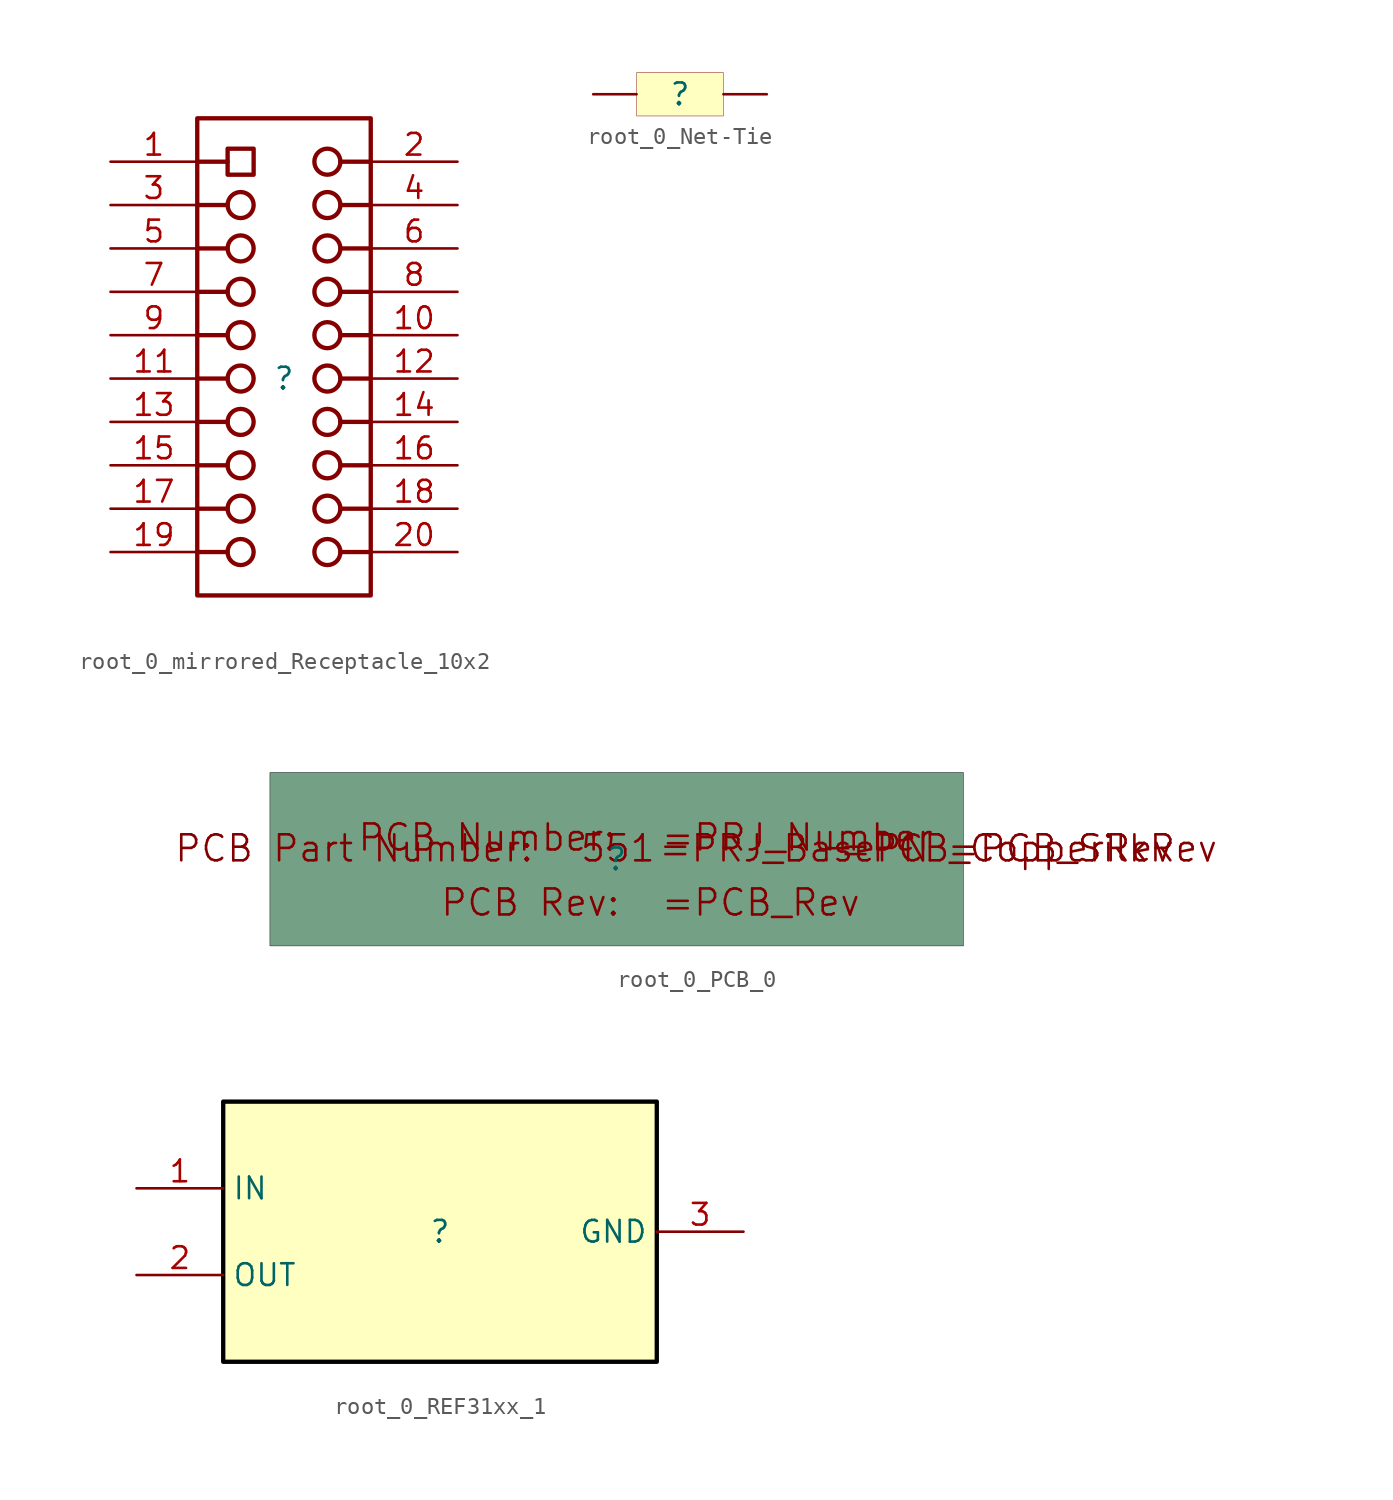
<source format=kicad_sym>
(kicad_symbol_lib
  (version 20231120)
  (generator "kicad_symbol_editor")
  (generator_version "8.0")
  (symbol "root_0_mirrored_Receptacle_10x2"
    (property "Reference" ""
      (at 0 0 0)
      (effects (font (size 1.27 1.27))))
    (property "Value" ""
      (at 0 0 0)
      (effects (font (size 1.27 1.27))))
    (symbol "root_0_mirrored_Receptacle_10x2_1_0"
      (circle (center -2.54 -10.16) (radius 0.762) (stroke (width 0.254) (type solid)) (fill (type color) (color 255 255 255 1)))
      (circle (center -2.54 -7.62) (radius 0.762) (stroke (width 0.254) (type solid)) (fill (type color) (color 255 255 255 1)))
      (circle (center -2.54 -5.08) (radius 0.762) (stroke (width 0.254) (type solid)) (fill (type color) (color 255 255 255 1)))
      (circle (center -2.54 -2.54) (radius 0.762) (stroke (width 0.254) (type solid)) (fill (type color) (color 255 255 255 1)))
      (circle (center -2.54 0) (radius 0.762) (stroke (width 0.254) (type solid)) (fill (type color) (color 255 255 255 1)))
      (circle (center -2.54 2.54) (radius 0.762) (stroke (width 0.254) (type solid)) (fill (type color) (color 255 255 255 1)))
      (circle (center -2.54 5.08) (radius 0.762) (stroke (width 0.254) (type solid)) (fill (type color) (color 255 255 255 1)))
      (circle (center -2.54 7.62) (radius 0.762) (stroke (width 0.254) (type solid)) (fill (type color) (color 255 255 255 1)))
      (circle (center -2.54 10.16) (radius 0.762) (stroke (width 0.254) (type solid)) (fill (type color) (color 255 255 255 1)))
      (rectangle (start -1.778 13.462) (end -3.302 11.938) (stroke (width 0.254) (type solid)) (fill (type color) (color 255 255 255 1)))
      (polyline (pts (xy -5.08 -10.16) (xy -3.302 -10.16)) (stroke (width 0.254) (type solid)) (fill (type none)))
      (polyline (pts (xy -5.08 -7.62) (xy -3.302 -7.62)) (stroke (width 0.254) (type solid)) (fill (type none)))
      (polyline (pts (xy -5.08 -5.08) (xy -3.302 -5.08)) (stroke (width 0.254) (type solid)) (fill (type none)))
      (polyline (pts (xy -5.08 -2.54) (xy -3.302 -2.54)) (stroke (width 0.254) (type solid)) (fill (type none)))
      (polyline (pts (xy -5.08 0) (xy -3.302 0)) (stroke (width 0.254) (type solid)) (fill (type none)))
      (polyline (pts (xy -5.08 2.54) (xy -3.302 2.54)) (stroke (width 0.254) (type solid)) (fill (type none)))
      (polyline (pts (xy -5.08 5.08) (xy -3.302 5.08)) (stroke (width 0.254) (type solid)) (fill (type none)))
      (polyline (pts (xy -5.08 7.62) (xy -3.302 7.62)) (stroke (width 0.254) (type solid)) (fill (type none)))
      (polyline (pts (xy -5.08 10.16) (xy -3.302 10.16)) (stroke (width 0.254) (type solid)) (fill (type none)))
      (polyline (pts (xy -5.08 12.7) (xy -3.302 12.7)) (stroke (width 0.254) (type solid)) (fill (type none)))
      (polyline (pts (xy 5.08 -10.16) (xy 3.302 -10.16)) (stroke (width 0.254) (type solid)) (fill (type none)))
      (polyline (pts (xy 5.08 -7.62) (xy 3.302 -7.62)) (stroke (width 0.254) (type solid)) (fill (type none)))
      (polyline (pts (xy 5.08 -5.08) (xy 3.302 -5.08)) (stroke (width 0.254) (type solid)) (fill (type none)))
      (polyline (pts (xy 5.08 -2.54) (xy 3.302 -2.54)) (stroke (width 0.254) (type solid)) (fill (type none)))
      (polyline (pts (xy 5.08 0) (xy 3.302 0)) (stroke (width 0.254) (type solid)) (fill (type none)))
      (polyline (pts (xy 5.08 2.54) (xy 3.302 2.54)) (stroke (width 0.254) (type solid)) (fill (type none)))
      (polyline (pts (xy 5.08 5.08) (xy 3.302 5.08)) (stroke (width 0.254) (type solid)) (fill (type none)))
      (polyline (pts (xy 5.08 7.62) (xy 3.302 7.62)) (stroke (width 0.254) (type solid)) (fill (type none)))
      (polyline (pts (xy 5.08 10.16) (xy 3.302 10.16)) (stroke (width 0.254) (type solid)) (fill (type none)))
      (polyline (pts (xy 5.08 12.7) (xy 3.302 12.7)) (stroke (width 0.254) (type solid)) (fill (type none)))
      (circle (center 2.54 -10.16) (radius 0.762) (stroke (width 0.254) (type solid)) (fill (type color) (color 255 255 255 1)))
      (circle (center 2.54 -7.62) (radius 0.762) (stroke (width 0.254) (type solid)) (fill (type color) (color 255 255 255 1)))
      (circle (center 2.54 -5.08) (radius 0.762) (stroke (width 0.254) (type solid)) (fill (type color) (color 255 255 255 1)))
      (circle (center 2.54 -2.54) (radius 0.762) (stroke (width 0.254) (type solid)) (fill (type color) (color 255 255 255 1)))
      (circle (center 2.54 0) (radius 0.762) (stroke (width 0.254) (type solid)) (fill (type color) (color 255 255 255 1)))
      (circle (center 2.54 2.54) (radius 0.762) (stroke (width 0.254) (type solid)) (fill (type color) (color 255 255 255 1)))
      (circle (center 2.54 5.08) (radius 0.762) (stroke (width 0.254) (type solid)) (fill (type color) (color 255 255 255 1)))
      (circle (center 2.54 7.62) (radius 0.762) (stroke (width 0.254) (type solid)) (fill (type color) (color 255 255 255 1)))
      (circle (center 2.54 10.16) (radius 0.762) (stroke (width 0.254) (type solid)) (fill (type color) (color 255 255 255 1)))
      (circle (center 2.54 12.7) (radius 0.762) (stroke (width 0.254) (type solid)) (fill (type color) (color 255 255 255 1)))
      (rectangle (start 5.08 15.24) (end -5.08 -12.7) (stroke (width 0.254) (type solid)) (fill (type none)))
      (pin passive line (at -10.16 12.7 0) (length 5.08) (name "1" (effects (font (size 0 0)))) (number "1" (effects (font (size 1.27 1.27)))))
      (pin passive line (at 10.16 2.54 180) (length 5.08) (name "10" (effects (font (size 0 0)))) (number "10" (effects (font (size 1.27 1.27)))))
      (pin passive line (at -10.16 0 0) (length 5.08) (name "11" (effects (font (size 0 0)))) (number "11" (effects (font (size 1.27 1.27)))))
      (pin passive line (at 10.16 0 180) (length 5.08) (name "12" (effects (font (size 0 0)))) (number "12" (effects (font (size 1.27 1.27)))))
      (pin passive line (at -10.16 -2.54 0) (length 5.08) (name "13" (effects (font (size 0 0)))) (number "13" (effects (font (size 1.27 1.27)))))
      (pin passive line (at 10.16 -2.54 180) (length 5.08) (name "14" (effects (font (size 0 0)))) (number "14" (effects (font (size 1.27 1.27)))))
      (pin passive line (at -10.16 -5.08 0) (length 5.08) (name "15" (effects (font (size 0 0)))) (number "15" (effects (font (size 1.27 1.27)))))
      (pin passive line (at 10.16 -5.08 180) (length 5.08) (name "16" (effects (font (size 0 0)))) (number "16" (effects (font (size 1.27 1.27)))))
      (pin passive line (at -10.16 -7.62 0) (length 5.08) (name "17" (effects (font (size 0 0)))) (number "17" (effects (font (size 1.27 1.27)))))
      (pin passive line (at 10.16 -7.62 180) (length 5.08) (name "18" (effects (font (size 0 0)))) (number "18" (effects (font (size 1.27 1.27)))))
      (pin passive line (at -10.16 -10.16 0) (length 5.08) (name "19" (effects (font (size 0 0)))) (number "19" (effects (font (size 1.27 1.27)))))
      (pin passive line (at 10.16 12.7 180) (length 5.08) (name "2" (effects (font (size 0 0)))) (number "2" (effects (font (size 1.27 1.27)))))
      (pin passive line (at 10.16 -10.16 180) (length 5.08) (name "20" (effects (font (size 0 0)))) (number "20" (effects (font (size 1.27 1.27)))))
      (pin passive line (at -10.16 10.16 0) (length 5.08) (name "3" (effects (font (size 0 0)))) (number "3" (effects (font (size 1.27 1.27)))))
      (pin passive line (at 10.16 10.16 180) (length 5.08) (name "4" (effects (font (size 0 0)))) (number "4" (effects (font (size 1.27 1.27)))))
      (pin passive line (at -10.16 7.62 0) (length 5.08) (name "5" (effects (font (size 0 0)))) (number "5" (effects (font (size 1.27 1.27)))))
      (pin passive line (at 10.16 7.62 180) (length 5.08) (name "6" (effects (font (size 0 0)))) (number "6" (effects (font (size 1.27 1.27)))))
      (pin passive line (at -10.16 5.08 0) (length 5.08) (name "7" (effects (font (size 0 0)))) (number "7" (effects (font (size 1.27 1.27)))))
      (pin passive line (at 10.16 5.08 180) (length 5.08) (name "8" (effects (font (size 0 0)))) (number "8" (effects (font (size 1.27 1.27)))))
      (pin passive line (at -10.16 2.54 0) (length 5.08) (name "9" (effects (font (size 0 0)))) (number "9" (effects (font (size 1.27 1.27)))))))
  (symbol "root_0_Net-Tie"
    (property "Reference" ""
      (at 0 0 0)
      (effects (font (size 1.27 1.27))))
    (property "Value" ""
      (at 0 0 0)
      (effects (font (size 1.27 1.27))))
    (symbol "root_0_Net-Tie_1_0"
      (rectangle (start 2.54 1.27) (end -2.54 -1.27) (stroke (width 0.025) (type solid) (color 128 0 0 1)) (fill (type background)))
      (pin passive line (at -5.08 0 0) (length 2.54) (name "1" (effects (font (size 0 0)))) (number "1" (effects (font (size 0 0)))))
      (pin passive line (at 5.08 0 180) (length 2.54) (name "2" (effects (font (size 0 0)))) (number "2" (effects (font (size 0 0)))))))
  (symbol "root_0_PCB_0"
    (property "Reference" ""
      (at 0 0 0)
      (effects (font (size 1.27 1.27))))
    (property "Value" ""
      (at 0 0 0)
      (effects (font (size 1.27 1.27))))
    (symbol "root_0_PCB_0_1_0"
      (rectangle (start 20.32 5.08) (end -20.32 -5.08) (stroke (width 0.025) (type solid) (color 0 0 0 1)) (fill (type color) (color 116 161 133 1)))
      (text "-" (at 11.938 0.762 0) (effects (font (size 1.524 1.524)) (justify left)))
      (text "551" (at -2.21 0.635 0) (effects (font (size 1.524 1.524)) (justify left)))
      (text "=PCB_CopperRev" (at 12.954 0.635 0) (effects (font (size 1.524 1.524)) (justify left)))
      (text "=PCB_Rev" (at 2.54 -3.429 0) (effects (font (size 1.524 1.524)) (justify left bottom)))
      (text "=PCB_SilkRev" (at 19.279 0.635 0) (effects (font (size 1.524 1.524)) (justify left)))
      (text "=PRJ_BasePN" (at 2.388 0.635 0) (effects (font (size 1.524 1.524)) (justify left)))
      (text "=PRJ_Number" (at 2.54 0.381 0) (effects (font (size 1.524 1.524)) (justify left bottom)))
      (text "PCB Number:" (at -15.24 0.381 0) (effects (font (size 1.524 1.524)) (justify left bottom)))
      (text "PCB Part Number:" (at -15.392 0.635 0) (effects (font (size 1.524 1.524))))
      (text "PCB Rev:" (at -10.388 -3.429 0) (effects (font (size 1.524 1.524)) (justify left bottom)))))
  (symbol "root_0_REF31xx_1"
    (property "Reference" ""
      (at 0 0 0)
      (effects (font (size 1.27 1.27))))
    (property "Value" ""
      (at 0 0 0)
      (effects (font (size 1.27 1.27))))
    (symbol "root_0_REF31xx_1_1_0"
      (rectangle (start 12.7 7.62) (end -12.7 -7.62) (stroke (width 0.254) (type solid) (color 0 0 0 1)) (fill (type background)))
      (pin power_in line (at -17.78 2.54 0) (length 5.08) (name "IN" (effects (font (size 1.27 1.27)))) (number "1" (effects (font (size 1.27 1.27)))))
      (pin power_in line (at -17.78 -2.54 0) (length 5.08) (name "OUT" (effects (font (size 1.27 1.27)))) (number "2" (effects (font (size 1.27 1.27)))))
      (pin power_in line (at 17.78 0 180) (length 5.08) (name "GND" (effects (font (size 1.27 1.27)))) (number "3" (effects (font (size 1.27 1.27))))))))
</source>
